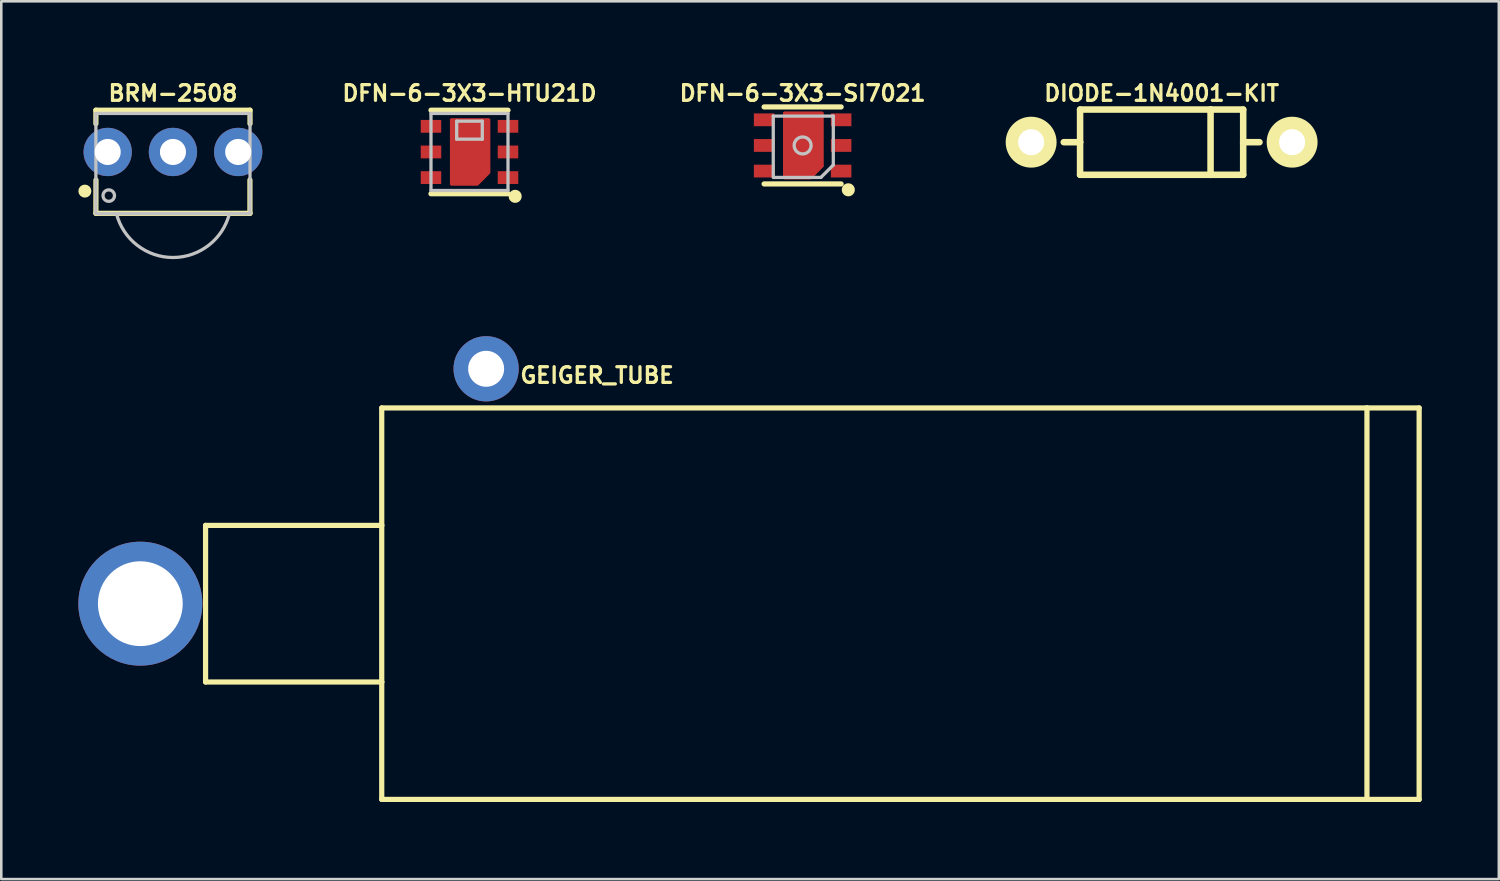
<source format=kicad_pcb>
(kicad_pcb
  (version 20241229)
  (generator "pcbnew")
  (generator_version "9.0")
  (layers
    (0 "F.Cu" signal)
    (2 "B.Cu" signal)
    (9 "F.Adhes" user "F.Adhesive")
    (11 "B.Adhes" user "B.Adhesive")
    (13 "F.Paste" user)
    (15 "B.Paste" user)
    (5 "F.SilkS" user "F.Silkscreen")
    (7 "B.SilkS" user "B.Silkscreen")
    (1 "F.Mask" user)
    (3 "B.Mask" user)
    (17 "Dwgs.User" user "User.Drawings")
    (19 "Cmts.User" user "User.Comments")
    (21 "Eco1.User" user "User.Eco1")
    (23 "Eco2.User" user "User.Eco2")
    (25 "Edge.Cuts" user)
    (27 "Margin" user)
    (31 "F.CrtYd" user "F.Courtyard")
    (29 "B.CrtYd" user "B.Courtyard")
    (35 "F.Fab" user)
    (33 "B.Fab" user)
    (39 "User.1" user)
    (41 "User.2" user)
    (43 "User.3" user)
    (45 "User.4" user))
  (footprint "DFN-6-3X3-HTU21D"
    (layer "F.Cu")
    (at 15.227 2.866)
    (property "Reference" "DFN-6-3X3-HTU21D" (at 0 -2.286 0) (layer "F.SilkS") (effects (font (size 0.61 0.61) (thickness 0.127))))
    (attr smd)
    (fp_poly (pts (xy -0.699 -1.25) (xy 0.749 -1.25) (xy 0.749 0.798) (xy 0.3 1.25) (xy -0.699 1.25) (xy -0.699 -1.25)) (stroke (width 0.127) (type solid)) (fill yes) (layer "F.Cu"))
    (fp_poly (pts (xy -0.775 -1.323) (xy -0.775 1.298) (xy 0.373 1.298) (xy 0.823 0.848) (xy 0.823 -1.323) (xy -0.775 -1.323)) (stroke (width 0.127) (type solid)) (fill yes) (layer "F.Mask"))
    (fp_line (start -1.499 -1.626) (end 1.499 -1.626) (stroke (width 0.203) (type solid)) (layer "F.SilkS"))
    (fp_line (start 1.499 1.626) (end -1.499 1.626) (stroke (width 0.203) (type solid)) (layer "F.SilkS"))
    (fp_circle (center 1.778 1.727) (end 1.778 1.473) (stroke (width 0) (type solid)) (fill yes) (layer "F.SilkS"))
    (fp_poly (pts (xy -0.549 -1.049) (xy 0.549 -1.049) (xy 0.549 0.648) (xy 0.099 1.1) (xy -0.549 1.1) (xy -0.549 -1.049)) (stroke (width 0.127) (type solid)) (fill yes) (layer "F.Paste"))
    (fp_line (start -1.499 -1.499) (end -1.499 1.499) (stroke (width 0.127) (type solid)) (layer "Dwgs.User"))
    (fp_line (start -0.498 -1.199) (end 0.498 -1.199) (stroke (width 0.127) (type solid)) (layer "Dwgs.User"))
    (fp_line (start -0.498 -0.498) (end -0.498 -1.199) (stroke (width 0.127) (type solid)) (layer "Dwgs.User"))
    (fp_line (start 0.498 -1.199) (end 0.498 -0.498) (stroke (width 0.127) (type solid)) (layer "Dwgs.User"))
    (fp_line (start 0.498 -0.498) (end -0.498 -0.498) (stroke (width 0.127) (type solid)) (layer "Dwgs.User"))
    (fp_line (start 1.499 -1.499) (end -1.499 -1.499) (stroke (width 0.127) (type solid)) (layer "Dwgs.User"))
    (fp_line (start 1.499 -1.499) (end 1.499 1.499) (stroke (width 0.127) (type solid)) (layer "Dwgs.User"))
    (fp_line (start 1.499 1.499) (end -1.499 1.499) (stroke (width 0.127) (type solid)) (layer "Dwgs.User"))
    (pad "7" smd rect (at 0 0) (size 0.198 0.198) (layers "F.Cu" "F.Mask" "F.Paste"))
    (pad "DATA" smd rect (at 1.499 0.998 270) (size 0.498 0.798) (layers "F.Cu" "F.Mask" "F.Paste"))
    (pad "GND" smd rect (at 1.499 0 270) (size 0.498 0.798) (layers "F.Cu" "F.Mask" "F.Paste"))
    (pad "NC@1" smd rect (at -1.499 -0.998 270) (size 0.498 0.798) (layers "F.Cu" "F.Mask" "F.Paste"))
    (pad "NC@6" smd rect (at 1.499 -0.998 270) (size 0.498 0.798) (layers "F.Cu" "F.Mask" "F.Paste"))
    (pad "SCK" smd rect (at -1.499 0.998 270) (size 0.498 0.798) (layers "F.Cu" "F.Mask" "F.Paste"))
    (pad "VDD" smd rect (at -1.499 0 270) (size 0.498 0.798) (layers "F.Cu" "F.Mask" "F.Paste")))
  (footprint "BRM-2508"
    (layer "F.Cu")
    (at 3.683 2.866)
    (property "Reference" "BRM-2508" (at 0 -2.286 0) (layer "F.SilkS") (effects (font (size 0.61 0.61) (thickness 0.127))))
    (attr exclude_from_pos_files exclude_from_bom)
    (fp_line (start -3 -1.626) (end -3 -1.1) (stroke (width 0.203) (type solid)) (layer "F.SilkS"))
    (fp_line (start -3 -1.626) (end 3 -1.626) (stroke (width 0.203) (type solid)) (layer "F.SilkS"))
    (fp_line (start -2.997 1.092) (end -3 2.388) (stroke (width 0.203) (type solid)) (layer "F.SilkS"))
    (fp_line (start -2.997 2.388) (end 3.002 2.388) (stroke (width 0.203) (type solid)) (layer "F.SilkS"))
    (fp_line (start 2.997 1.092) (end 2.997 2.388) (stroke (width 0.203) (type solid)) (layer "F.SilkS"))
    (fp_line (start 3 -1.626) (end 3 -1.1) (stroke (width 0.203) (type solid)) (layer "F.SilkS"))
    (fp_circle (center -3.429 1.524) (end -3.302 1.524) (stroke (width 0.254) (type solid)) (fill no) (layer "F.SilkS"))
    (fp_line (start -3 -1.499) (end -3 2.398) (stroke (width 0.127) (type solid)) (layer "Dwgs.User"))
    (fp_line (start -3 -1.499) (end 3 -1.499) (stroke (width 0.127) (type solid)) (layer "Dwgs.User"))
    (fp_line (start -3 2.398) (end -2.2 2.398) (stroke (width 0.127) (type solid)) (layer "Dwgs.User"))
    (fp_line (start -2.2 2.398) (end 2.2 2.398) (stroke (width 0.127) (type solid)) (layer "Dwgs.User"))
    (fp_line (start 2.2 2.398) (end 3 2.398) (stroke (width 0.127) (type solid)) (layer "Dwgs.User"))
    (fp_line (start 3 -1.499) (end 3 2.398) (stroke (width 0.127) (type solid)) (layer "Dwgs.User"))
    (fp_arc (start 2.19964 2.39776) (mid 0.003804 4.108466) (end -2.197755 2.40513) (stroke (width 0.127) (type solid)) (layer "Dwgs.User"))
    (fp_circle (center -2.499 1.699) (end -2.499 1.476) (stroke (width 0.127) (type solid)) (fill no) (layer "Dwgs.User"))
    (pad "1" thru_hole circle (at -2.54 0) (size 1.88 1.88) (drill 1.016) (layers "*.Cu" "*.Mask"))
    (pad "2" thru_hole circle (at 0 0) (size 1.88 1.88) (drill 1.016) (layers "*.Cu" "*.Mask"))
    (pad "3" thru_hole circle (at 2.54 0) (size 1.88 1.88) (drill 1.016) (layers "*.Cu" "*.Mask")))
  (footprint "GEIGER_TUBE"
    (layer "F.Cu")
    (at 2.413 20.451)
    (property "Reference" "GEIGER_TUBE" (at 17.78 -8.89 0) (layer "F.SilkS") (effects (font (size 0.61 0.61) (thickness 0.127))))
    (attr exclude_from_pos_files exclude_from_bom)
    (fp_line (start 2.54 -3.048) (end 2.54 3.048) (stroke (width 0.203) (type solid)) (layer "F.SilkS"))
    (fp_line (start 2.54 3.048) (end 9.398 3.048) (stroke (width 0.203) (type solid)) (layer "F.SilkS"))
    (fp_line (start 9.398 -7.62) (end 9.398 -3.048) (stroke (width 0.203) (type solid)) (layer "F.SilkS"))
    (fp_line (start 9.398 -3.048) (end 2.54 -3.048) (stroke (width 0.203) (type solid)) (layer "F.SilkS"))
    (fp_line (start 9.398 -3.048) (end 9.398 3.048) (stroke (width 0.203) (type solid)) (layer "F.SilkS"))
    (fp_line (start 9.398 3.048) (end 9.398 7.62) (stroke (width 0.203) (type solid)) (layer "F.SilkS"))
    (fp_line (start 9.398 7.62) (end 47.752 7.62) (stroke (width 0.203) (type solid)) (layer "F.SilkS"))
    (fp_line (start 47.752 -7.62) (end 9.398 -7.62) (stroke (width 0.203) (type solid)) (layer "F.SilkS"))
    (fp_line (start 47.752 -7.62) (end 47.752 7.62) (stroke (width 0.203) (type solid)) (layer "F.SilkS"))
    (fp_line (start 47.752 7.62) (end 49.784 7.62) (stroke (width 0.203) (type solid)) (layer "F.SilkS"))
    (fp_line (start 49.784 -7.62) (end 47.752 -7.62) (stroke (width 0.203) (type solid)) (layer "F.SilkS"))
    (fp_line (start 49.784 7.62) (end 49.784 -7.62) (stroke (width 0.203) (type solid)) (layer "F.SilkS"))
    (pad "A" thru_hole circle (at 0 0) (size 4.826 4.826) (drill 3.302) (layers "*.Cu" "*.Mask"))
    (pad "C" thru_hole circle (at 13.462 -9.144) (size 2.54 2.54) (drill 1.4) (layers "*.Cu" "*.Mask")))
  (footprint "DFN-6-3X3-SI7021"
    (layer "F.Cu")
    (at 28.196 2.612)
    (property "Reference" "DFN-6-3X3-SI7021" (at 0 -2.032 0) (layer "F.SilkS") (effects (font (size 0.61 0.61) (thickness 0.127))))
    (attr smd)
    (fp_line (start -0.699 -1.25) (end 0.749 -1.25) (stroke (width 0.127) (type solid)) (layer "F.Cu"))
    (fp_line (start -0.699 1.25) (end -0.699 -1.25) (stroke (width 0.127) (type solid)) (layer "F.Cu"))
    (fp_line (start 0.3 1.25) (end -0.699 1.25) (stroke (width 0.127) (type solid)) (layer "F.Cu"))
    (fp_line (start 0.749 -1.25) (end 0.749 0.798) (stroke (width 0.127) (type solid)) (layer "F.Cu"))
    (fp_line (start 0.749 0.798) (end 0.3 1.25) (stroke (width 0.127) (type solid)) (layer "F.Cu"))
    (fp_poly (pts (xy -0.699 -1.25) (xy 0.749 -1.25) (xy 0.749 0.798) (xy 0.3 1.25) (xy -0.699 1.25) (xy -0.699 -1.25)) (stroke (width 0.127) (type solid)) (fill yes) (layer "F.Cu"))
    (fp_poly (pts (xy -0.775 -1.323) (xy -0.775 1.298) (xy 0.373 1.298) (xy 0.823 0.848) (xy 0.823 -1.323) (xy -0.775 -1.323)) (stroke (width 0.127) (type solid)) (fill yes) (layer "F.Mask"))
    (fp_line (start -1.499 -1.499) (end 1.499 -1.499) (stroke (width 0.203) (type solid)) (layer "F.SilkS"))
    (fp_line (start -1.499 1.499) (end 1.499 1.499) (stroke (width 0.203) (type solid)) (layer "F.SilkS"))
    (fp_circle (center 1.778 1.727) (end 1.778 1.473) (stroke (width 0) (type solid)) (fill yes) (layer "F.SilkS"))
    (fp_poly (pts (xy -0.549 -1.049) (xy 0.549 -1.049) (xy 0.549 0.648) (xy 0.099 1.1) (xy -0.549 1.1) (xy -0.549 -1.049)) (stroke (width 0.127) (type solid)) (fill yes) (layer "F.Paste"))
    (fp_line (start -1.143 -1.143) (end 1.194 -1.143) (stroke (width 0.127) (type solid)) (layer "Dwgs.User"))
    (fp_line (start -1.143 1.219) (end -1.143 -1.143) (stroke (width 0.127) (type solid)) (layer "Dwgs.User"))
    (fp_line (start 0.711 1.245) (end -1.143 1.245) (stroke (width 0.127) (type solid)) (layer "Dwgs.User"))
    (fp_line (start 1.194 -1.143) (end 1.194 0.762) (stroke (width 0.127) (type solid)) (layer "Dwgs.User"))
    (fp_line (start 1.194 0.762) (end 0.711 1.245) (stroke (width 0.127) (type solid)) (layer "Dwgs.User"))
    (fp_circle (center 0 0) (end 0 -0.33) (stroke (width 0.127) (type solid)) (fill no) (layer "Dwgs.User"))
    (pad "7" smd rect (at 0 0) (size 0.198 0.198) (layers "F.Cu"))
    (pad "DATA" smd rect (at 1.499 0.998 270) (size 0.498 0.798) (layers "F.Cu" "F.Mask" "F.Paste"))
    (pad "GND" smd rect (at 1.499 0 270) (size 0.498 0.798) (layers "F.Cu" "F.Mask" "F.Paste"))
    (pad "NC@3" smd rect (at 1.499 -0.998 270) (size 0.498 0.798) (layers "F.Cu" "F.Mask" "F.Paste"))
    (pad "NC@4" smd rect (at -1.499 -0.998 270) (size 0.498 0.798) (layers "F.Cu" "F.Mask" "F.Paste"))
    (pad "SCK" smd rect (at -1.499 0.998 270) (size 0.498 0.798) (layers "F.Cu" "F.Mask" "F.Paste"))
    (pad "VDD" smd rect (at -1.499 0 270) (size 0.498 0.798) (layers "F.Cu" "F.Mask" "F.Paste")))
  (footprint "DIODE-1N4001-KIT"
    (layer "F.Cu")
    (at 42.172 2.485)
    (property "Reference" "DIODE-1N4001-KIT" (at 0 -1.905 0) (layer "F.SilkS") (effects (font (size 0.61 0.61) (thickness 0.127))))
    (attr exclude_from_pos_files exclude_from_bom)
    (fp_line (start -3.175 -1.27) (end -3.175 0) (stroke (width 0.254) (type solid)) (layer "F.SilkS"))
    (fp_line (start -3.175 0) (end -3.81 0) (stroke (width 0.254) (type solid)) (layer "F.SilkS"))
    (fp_line (start -3.175 0) (end -3.175 1.27) (stroke (width 0.254) (type solid)) (layer "F.SilkS"))
    (fp_line (start -3.175 1.27) (end 1.905 1.27) (stroke (width 0.254) (type solid)) (layer "F.SilkS"))
    (fp_line (start 1.905 -1.27) (end -3.175 -1.27) (stroke (width 0.254) (type solid)) (layer "F.SilkS"))
    (fp_line (start 1.905 -1.27) (end 1.905 1.27) (stroke (width 0.254) (type solid)) (layer "F.SilkS"))
    (fp_line (start 1.905 1.27) (end 3.175 1.27) (stroke (width 0.254) (type solid)) (layer "F.SilkS"))
    (fp_line (start 3.175 -1.27) (end 1.905 -1.27) (stroke (width 0.254) (type solid)) (layer "F.SilkS"))
    (fp_line (start 3.175 0) (end 3.175 -1.27) (stroke (width 0.254) (type solid)) (layer "F.SilkS"))
    (fp_line (start 3.175 0) (end 3.81 0) (stroke (width 0.254) (type solid)) (layer "F.SilkS"))
    (fp_line (start 3.175 1.27) (end 3.175 0) (stroke (width 0.254) (type solid)) (layer "F.SilkS"))
    (fp_circle (center -5.08 0) (end -5.08 -0.991) (stroke (width 0) (type solid)) (fill yes) (layer "F.SilkS"))
    (fp_circle (center -5.08 0) (end -5.08 -0.508) (stroke (width 0) (type solid)) (fill yes) (layer "F.SilkS"))
    (fp_circle (center 5.08 0) (end 5.08 -0.991) (stroke (width 0) (type solid)) (fill yes) (layer "F.SilkS"))
    (fp_circle (center 5.08 0) (end 5.08 -0.508) (stroke (width 0) (type solid)) (fill yes) (layer "F.SilkS"))
    (pad "A" thru_hole circle (at -5.08 0) (size 1.88 1.88) (drill 1.016) (layers "*.Cu" "*.Mask"))
    (pad "C" thru_hole circle (at 5.08 0) (size 1.88 1.88) (drill 1.016) (layers "*.Cu" "*.Mask")))
  (gr_rect
    (start -3 -3)
    (end 55.299 31.173)
    (stroke (width 0.1) (type default))
    (fill no)
    (layer "Edge.Cuts")))
</source>
